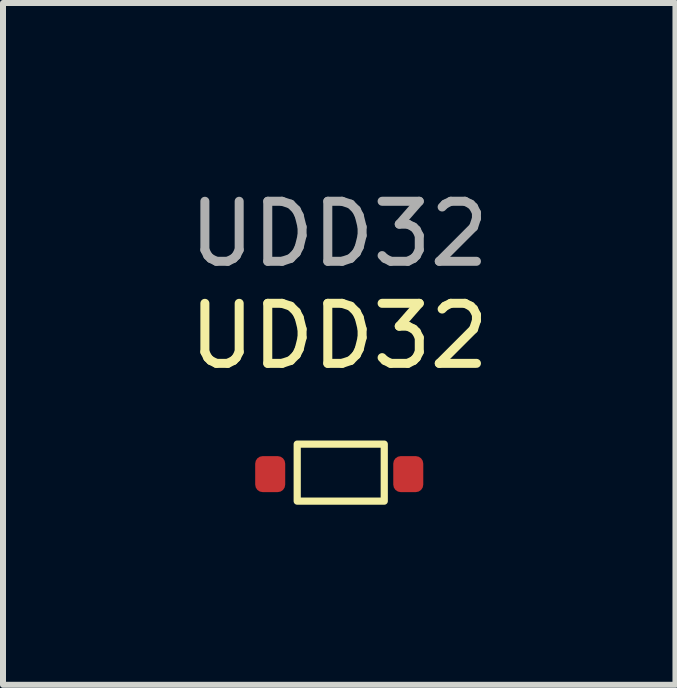
<source format=kicad_pcb>
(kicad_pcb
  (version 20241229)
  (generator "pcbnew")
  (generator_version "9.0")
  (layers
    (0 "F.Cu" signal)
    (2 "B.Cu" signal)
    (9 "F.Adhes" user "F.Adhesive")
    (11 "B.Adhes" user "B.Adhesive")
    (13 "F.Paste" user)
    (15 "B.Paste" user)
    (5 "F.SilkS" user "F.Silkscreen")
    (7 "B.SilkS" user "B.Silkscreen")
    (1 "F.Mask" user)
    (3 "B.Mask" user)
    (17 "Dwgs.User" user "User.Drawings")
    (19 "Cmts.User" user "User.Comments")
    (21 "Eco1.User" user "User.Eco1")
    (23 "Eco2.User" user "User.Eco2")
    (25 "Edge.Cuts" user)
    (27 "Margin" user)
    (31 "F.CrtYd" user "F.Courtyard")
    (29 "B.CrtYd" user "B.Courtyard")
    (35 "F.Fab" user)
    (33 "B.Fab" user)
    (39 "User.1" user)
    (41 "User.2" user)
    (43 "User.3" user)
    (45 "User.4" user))
  (footprint "UDD32"
    (layer "F.Cu")
    (at 2.601 4.848)
    (property "Reference" "UDD32" (at 0 -2.3 0) (unlocked yes) (layer "F.SilkS") (effects (font (size 1 1) (thickness 0.15))))
    (attr smd)
    (fp_rect (start -0.7 -0.5) (end 0.75 0.45) (stroke (width 0.12) (type solid)) (fill no) (layer "F.SilkS"))
    (fp_text user "${REFERENCE}" (at 0 -4 0) (unlocked yes) (layer "F.Fab") (effects (font (size 1 1) (thickness 0.15))))
    (pad "1" smd roundrect (at -1.15 0) (size 0.5 0.6) (layers "F.Cu" "F.Mask" "F.Paste") (roundrect_rratio 0.25))
    (pad "2" smd roundrect (at 1.15 0) (size 0.5 0.6) (layers "F.Cu" "F.Mask" "F.Paste") (roundrect_rratio 0.25)))
  (gr_rect
    (start -3 -3)
    (end 8.202 8.358)
    (stroke (width 0.1) (type default))
    (fill no)
    (layer "Edge.Cuts")))
</source>
